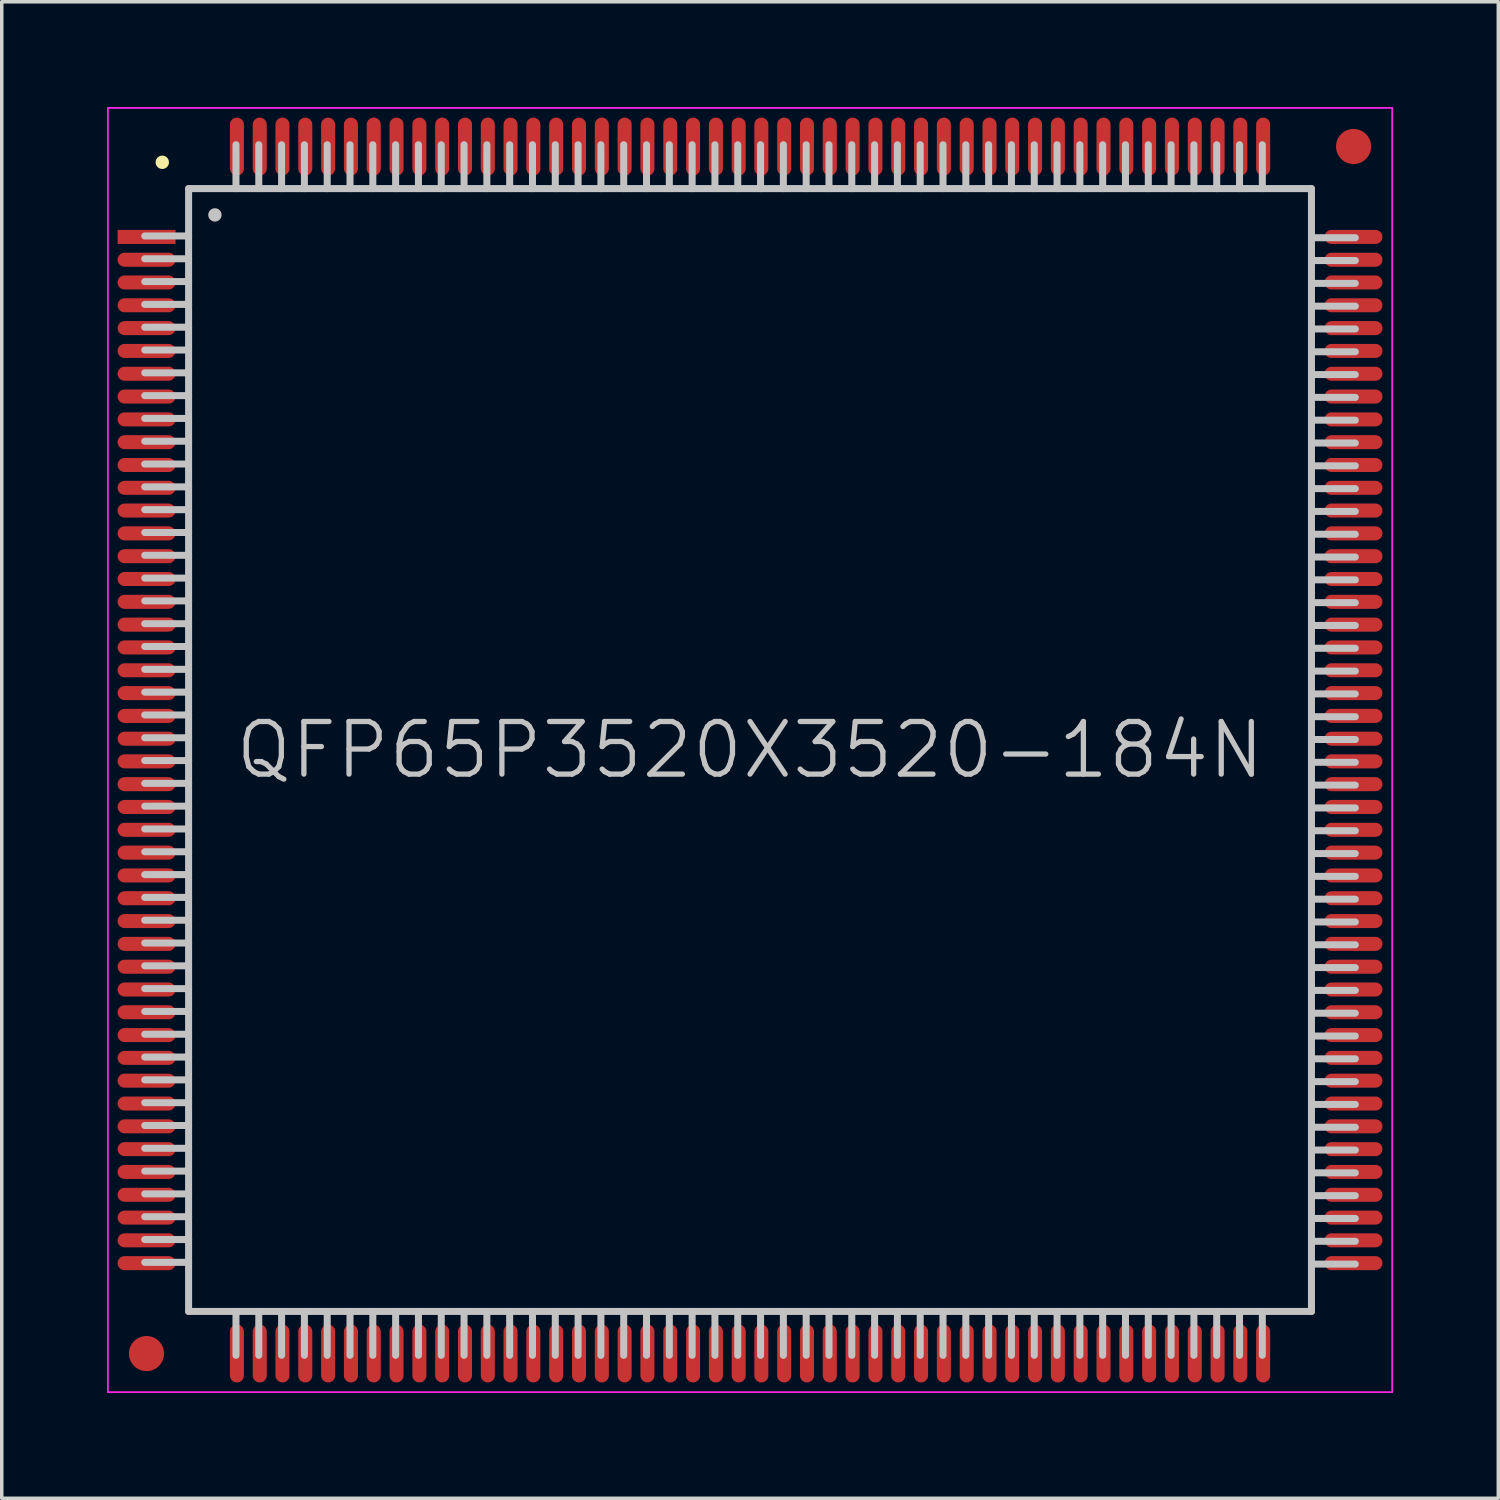
<source format=kicad_pcb>
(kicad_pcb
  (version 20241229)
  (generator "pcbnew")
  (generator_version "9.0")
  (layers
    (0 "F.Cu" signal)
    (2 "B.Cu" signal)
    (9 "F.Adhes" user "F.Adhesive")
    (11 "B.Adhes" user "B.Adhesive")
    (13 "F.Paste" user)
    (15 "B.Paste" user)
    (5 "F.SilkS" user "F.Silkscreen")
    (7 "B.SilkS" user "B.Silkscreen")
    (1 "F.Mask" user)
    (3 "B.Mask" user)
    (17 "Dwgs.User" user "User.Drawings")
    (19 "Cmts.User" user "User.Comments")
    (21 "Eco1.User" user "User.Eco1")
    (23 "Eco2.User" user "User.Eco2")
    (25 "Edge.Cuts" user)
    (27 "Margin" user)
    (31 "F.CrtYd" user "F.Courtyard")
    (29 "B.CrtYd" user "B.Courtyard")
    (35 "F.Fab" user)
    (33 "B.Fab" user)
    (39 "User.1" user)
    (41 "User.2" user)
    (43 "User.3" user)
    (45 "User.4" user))
  (footprint "QFP65P3520X3520-184N"
    (layer "F.Cu")
    (at 18.325 18.325)
    (property "Reference" "QFP65P3520X3520-184N" (at 0 0 0) (layer "Dwgs.User") (effects (font (size 1.5 1.5) (thickness 0.15))))
    (attr smd)
    (fp_line (start -16.75 -16.75) (end -16.75 -16.75) (stroke (width 0.381) (type solid)) (layer "F.SilkS"))
    (fp_line (start -16 -16) (end -16 16) (stroke (width 0.2) (type solid)) (layer "Dwgs.User"))
    (fp_line (start -16 -16) (end 16 -16) (stroke (width 0.2) (type solid)) (layer "Dwgs.User"))
    (fp_line (start -16 -14.65) (end -17.25 -14.65) (stroke (width 0.2) (type solid)) (layer "Dwgs.User"))
    (fp_line (start -16 -14) (end -17.25 -14) (stroke (width 0.2) (type solid)) (layer "Dwgs.User"))
    (fp_line (start -16 -13.35) (end -17.25 -13.35) (stroke (width 0.2) (type solid)) (layer "Dwgs.User"))
    (fp_line (start -16 -12.7) (end -17.25 -12.7) (stroke (width 0.2) (type solid)) (layer "Dwgs.User"))
    (fp_line (start -16 -12.05) (end -17.25 -12.05) (stroke (width 0.2) (type solid)) (layer "Dwgs.User"))
    (fp_line (start -16 -11.4) (end -17.25 -11.4) (stroke (width 0.2) (type solid)) (layer "Dwgs.User"))
    (fp_line (start -16 -10.75) (end -17.25 -10.75) (stroke (width 0.2) (type solid)) (layer "Dwgs.User"))
    (fp_line (start -16 -10.1) (end -17.25 -10.1) (stroke (width 0.2) (type solid)) (layer "Dwgs.User"))
    (fp_line (start -16 -9.45) (end -17.25 -9.45) (stroke (width 0.2) (type solid)) (layer "Dwgs.User"))
    (fp_line (start -16 -8.8) (end -17.25 -8.8) (stroke (width 0.2) (type solid)) (layer "Dwgs.User"))
    (fp_line (start -16 -8.15) (end -17.25 -8.15) (stroke (width 0.2) (type solid)) (layer "Dwgs.User"))
    (fp_line (start -16 -7.5) (end -17.25 -7.5) (stroke (width 0.2) (type solid)) (layer "Dwgs.User"))
    (fp_line (start -16 -6.85) (end -17.25 -6.85) (stroke (width 0.2) (type solid)) (layer "Dwgs.User"))
    (fp_line (start -16 -6.2) (end -17.25 -6.2) (stroke (width 0.2) (type solid)) (layer "Dwgs.User"))
    (fp_line (start -16 -5.55) (end -17.25 -5.55) (stroke (width 0.2) (type solid)) (layer "Dwgs.User"))
    (fp_line (start -16 -4.9) (end -17.25 -4.9) (stroke (width 0.2) (type solid)) (layer "Dwgs.User"))
    (fp_line (start -16 -4.25) (end -17.25 -4.25) (stroke (width 0.2) (type solid)) (layer "Dwgs.User"))
    (fp_line (start -16 -3.6) (end -17.25 -3.6) (stroke (width 0.2) (type solid)) (layer "Dwgs.User"))
    (fp_line (start -16 -2.95) (end -17.25 -2.95) (stroke (width 0.2) (type solid)) (layer "Dwgs.User"))
    (fp_line (start -16 -2.3) (end -17.25 -2.3) (stroke (width 0.2) (type solid)) (layer "Dwgs.User"))
    (fp_line (start -16 -1.65) (end -17.25 -1.65) (stroke (width 0.2) (type solid)) (layer "Dwgs.User"))
    (fp_line (start -16 -1) (end -17.25 -1) (stroke (width 0.2) (type solid)) (layer "Dwgs.User"))
    (fp_line (start -16 -0.35) (end -17.25 -0.35) (stroke (width 0.2) (type solid)) (layer "Dwgs.User"))
    (fp_line (start -16 0.3) (end -17.25 0.3) (stroke (width 0.2) (type solid)) (layer "Dwgs.User"))
    (fp_line (start -16 0.95) (end -17.25 0.95) (stroke (width 0.2) (type solid)) (layer "Dwgs.User"))
    (fp_line (start -16 1.6) (end -17.25 1.6) (stroke (width 0.2) (type solid)) (layer "Dwgs.User"))
    (fp_line (start -16 2.25) (end -17.25 2.25) (stroke (width 0.2) (type solid)) (layer "Dwgs.User"))
    (fp_line (start -16 2.9) (end -17.25 2.9) (stroke (width 0.2) (type solid)) (layer "Dwgs.User"))
    (fp_line (start -16 3.55) (end -17.25 3.55) (stroke (width 0.2) (type solid)) (layer "Dwgs.User"))
    (fp_line (start -16 4.2) (end -17.25 4.2) (stroke (width 0.2) (type solid)) (layer "Dwgs.User"))
    (fp_line (start -16 4.85) (end -17.25 4.85) (stroke (width 0.2) (type solid)) (layer "Dwgs.User"))
    (fp_line (start -16 5.5) (end -17.25 5.5) (stroke (width 0.2) (type solid)) (layer "Dwgs.User"))
    (fp_line (start -16 6.15) (end -17.25 6.15) (stroke (width 0.2) (type solid)) (layer "Dwgs.User"))
    (fp_line (start -16 6.8) (end -17.25 6.8) (stroke (width 0.2) (type solid)) (layer "Dwgs.User"))
    (fp_line (start -16 7.45) (end -17.25 7.45) (stroke (width 0.2) (type solid)) (layer "Dwgs.User"))
    (fp_line (start -16 8.1) (end -17.25 8.1) (stroke (width 0.2) (type solid)) (layer "Dwgs.User"))
    (fp_line (start -16 8.75) (end -17.25 8.75) (stroke (width 0.2) (type solid)) (layer "Dwgs.User"))
    (fp_line (start -16 9.4) (end -17.25 9.4) (stroke (width 0.2) (type solid)) (layer "Dwgs.User"))
    (fp_line (start -16 10.05) (end -17.25 10.05) (stroke (width 0.2) (type solid)) (layer "Dwgs.User"))
    (fp_line (start -16 10.7) (end -17.25 10.7) (stroke (width 0.2) (type solid)) (layer "Dwgs.User"))
    (fp_line (start -16 11.35) (end -17.25 11.35) (stroke (width 0.2) (type solid)) (layer "Dwgs.User"))
    (fp_line (start -16 12) (end -17.25 12) (stroke (width 0.2) (type solid)) (layer "Dwgs.User"))
    (fp_line (start -16 12.65) (end -17.25 12.65) (stroke (width 0.2) (type solid)) (layer "Dwgs.User"))
    (fp_line (start -16 13.3) (end -17.25 13.3) (stroke (width 0.2) (type solid)) (layer "Dwgs.User"))
    (fp_line (start -16 13.95) (end -17.25 13.95) (stroke (width 0.2) (type solid)) (layer "Dwgs.User"))
    (fp_line (start -16 14.6) (end -17.25 14.6) (stroke (width 0.2) (type solid)) (layer "Dwgs.User"))
    (fp_line (start -16 16) (end 16 16) (stroke (width 0.2) (type solid)) (layer "Dwgs.User"))
    (fp_line (start -15.25 -15.25) (end -15.25 -15.25) (stroke (width 0.381) (type solid)) (layer "Dwgs.User"))
    (fp_line (start -14.65 -17.25) (end -14.65 -16) (stroke (width 0.2) (type solid)) (layer "Dwgs.User"))
    (fp_line (start -14.65 16) (end -14.65 17.25) (stroke (width 0.2) (type solid)) (layer "Dwgs.User"))
    (fp_line (start -14 -17.25) (end -14 -16) (stroke (width 0.2) (type solid)) (layer "Dwgs.User"))
    (fp_line (start -14 16) (end -14 17.25) (stroke (width 0.2) (type solid)) (layer "Dwgs.User"))
    (fp_line (start -13.35 -17.25) (end -13.35 -16) (stroke (width 0.2) (type solid)) (layer "Dwgs.User"))
    (fp_line (start -13.35 16) (end -13.35 17.25) (stroke (width 0.2) (type solid)) (layer "Dwgs.User"))
    (fp_line (start -12.7 -17.25) (end -12.7 -16) (stroke (width 0.2) (type solid)) (layer "Dwgs.User"))
    (fp_line (start -12.7 16) (end -12.7 17.25) (stroke (width 0.2) (type solid)) (layer "Dwgs.User"))
    (fp_line (start -12.05 -17.25) (end -12.05 -16) (stroke (width 0.2) (type solid)) (layer "Dwgs.User"))
    (fp_line (start -12.05 16) (end -12.05 17.25) (stroke (width 0.2) (type solid)) (layer "Dwgs.User"))
    (fp_line (start -11.4 -17.25) (end -11.4 -16) (stroke (width 0.2) (type solid)) (layer "Dwgs.User"))
    (fp_line (start -11.4 16) (end -11.4 17.25) (stroke (width 0.2) (type solid)) (layer "Dwgs.User"))
    (fp_line (start -10.75 -17.25) (end -10.75 -16) (stroke (width 0.2) (type solid)) (layer "Dwgs.User"))
    (fp_line (start -10.75 16) (end -10.75 17.25) (stroke (width 0.2) (type solid)) (layer "Dwgs.User"))
    (fp_line (start -10.1 -17.25) (end -10.1 -16) (stroke (width 0.2) (type solid)) (layer "Dwgs.User"))
    (fp_line (start -10.1 16) (end -10.1 17.25) (stroke (width 0.2) (type solid)) (layer "Dwgs.User"))
    (fp_line (start -9.45 -17.25) (end -9.45 -16) (stroke (width 0.2) (type solid)) (layer "Dwgs.User"))
    (fp_line (start -9.45 16) (end -9.45 17.25) (stroke (width 0.2) (type solid)) (layer "Dwgs.User"))
    (fp_line (start -8.8 -17.25) (end -8.8 -16) (stroke (width 0.2) (type solid)) (layer "Dwgs.User"))
    (fp_line (start -8.8 16) (end -8.8 17.25) (stroke (width 0.2) (type solid)) (layer "Dwgs.User"))
    (fp_line (start -8.15 -17.25) (end -8.15 -16) (stroke (width 0.2) (type solid)) (layer "Dwgs.User"))
    (fp_line (start -8.15 16) (end -8.15 17.25) (stroke (width 0.2) (type solid)) (layer "Dwgs.User"))
    (fp_line (start -7.5 -17.25) (end -7.5 -16) (stroke (width 0.2) (type solid)) (layer "Dwgs.User"))
    (fp_line (start -7.5 16) (end -7.5 17.25) (stroke (width 0.2) (type solid)) (layer "Dwgs.User"))
    (fp_line (start -6.85 -17.25) (end -6.85 -16) (stroke (width 0.2) (type solid)) (layer "Dwgs.User"))
    (fp_line (start -6.85 16) (end -6.85 17.25) (stroke (width 0.2) (type solid)) (layer "Dwgs.User"))
    (fp_line (start -6.2 -17.25) (end -6.2 -16) (stroke (width 0.2) (type solid)) (layer "Dwgs.User"))
    (fp_line (start -6.2 16) (end -6.2 17.25) (stroke (width 0.2) (type solid)) (layer "Dwgs.User"))
    (fp_line (start -5.55 -17.25) (end -5.55 -16) (stroke (width 0.2) (type solid)) (layer "Dwgs.User"))
    (fp_line (start -5.55 16) (end -5.55 17.25) (stroke (width 0.2) (type solid)) (layer "Dwgs.User"))
    (fp_line (start -4.9 -17.25) (end -4.9 -16) (stroke (width 0.2) (type solid)) (layer "Dwgs.User"))
    (fp_line (start -4.9 16) (end -4.9 17.25) (stroke (width 0.2) (type solid)) (layer "Dwgs.User"))
    (fp_line (start -4.25 -17.25) (end -4.25 -16) (stroke (width 0.2) (type solid)) (layer "Dwgs.User"))
    (fp_line (start -4.25 16) (end -4.25 17.25) (stroke (width 0.2) (type solid)) (layer "Dwgs.User"))
    (fp_line (start -3.6 -17.25) (end -3.6 -16) (stroke (width 0.2) (type solid)) (layer "Dwgs.User"))
    (fp_line (start -3.6 16) (end -3.6 17.25) (stroke (width 0.2) (type solid)) (layer "Dwgs.User"))
    (fp_line (start -2.95 -17.25) (end -2.95 -16) (stroke (width 0.2) (type solid)) (layer "Dwgs.User"))
    (fp_line (start -2.95 16) (end -2.95 17.25) (stroke (width 0.2) (type solid)) (layer "Dwgs.User"))
    (fp_line (start -2.3 -17.25) (end -2.3 -16) (stroke (width 0.2) (type solid)) (layer "Dwgs.User"))
    (fp_line (start -2.3 16) (end -2.3 17.25) (stroke (width 0.2) (type solid)) (layer "Dwgs.User"))
    (fp_line (start -1.65 -17.25) (end -1.65 -16) (stroke (width 0.2) (type solid)) (layer "Dwgs.User"))
    (fp_line (start -1.65 16) (end -1.65 17.25) (stroke (width 0.2) (type solid)) (layer "Dwgs.User"))
    (fp_line (start -1 -17.25) (end -1 -16) (stroke (width 0.2) (type solid)) (layer "Dwgs.User"))
    (fp_line (start -1 16) (end -1 17.25) (stroke (width 0.2) (type solid)) (layer "Dwgs.User"))
    (fp_line (start -0.35 -17.25) (end -0.35 -16) (stroke (width 0.2) (type solid)) (layer "Dwgs.User"))
    (fp_line (start -0.35 16) (end -0.35 17.25) (stroke (width 0.2) (type solid)) (layer "Dwgs.User"))
    (fp_line (start 0.3 -17.25) (end 0.3 -16) (stroke (width 0.2) (type solid)) (layer "Dwgs.User"))
    (fp_line (start 0.3 16) (end 0.3 17.25) (stroke (width 0.2) (type solid)) (layer "Dwgs.User"))
    (fp_line (start 0.95 -17.25) (end 0.95 -16) (stroke (width 0.2) (type solid)) (layer "Dwgs.User"))
    (fp_line (start 0.95 16) (end 0.95 17.25) (stroke (width 0.2) (type solid)) (layer "Dwgs.User"))
    (fp_line (start 1.6 -17.25) (end 1.6 -16) (stroke (width 0.2) (type solid)) (layer "Dwgs.User"))
    (fp_line (start 1.6 16) (end 1.6 17.25) (stroke (width 0.2) (type solid)) (layer "Dwgs.User"))
    (fp_line (start 2.25 -17.25) (end 2.25 -16) (stroke (width 0.2) (type solid)) (layer "Dwgs.User"))
    (fp_line (start 2.25 16) (end 2.25 17.25) (stroke (width 0.2) (type solid)) (layer "Dwgs.User"))
    (fp_line (start 2.9 -17.25) (end 2.9 -16) (stroke (width 0.2) (type solid)) (layer "Dwgs.User"))
    (fp_line (start 2.9 16) (end 2.9 17.25) (stroke (width 0.2) (type solid)) (layer "Dwgs.User"))
    (fp_line (start 3.55 -17.25) (end 3.55 -16) (stroke (width 0.2) (type solid)) (layer "Dwgs.User"))
    (fp_line (start 3.55 16) (end 3.55 17.25) (stroke (width 0.2) (type solid)) (layer "Dwgs.User"))
    (fp_line (start 4.2 -17.25) (end 4.2 -16) (stroke (width 0.2) (type solid)) (layer "Dwgs.User"))
    (fp_line (start 4.2 16) (end 4.2 17.25) (stroke (width 0.2) (type solid)) (layer "Dwgs.User"))
    (fp_line (start 4.85 -17.25) (end 4.85 -16) (stroke (width 0.2) (type solid)) (layer "Dwgs.User"))
    (fp_line (start 4.85 16) (end 4.85 17.25) (stroke (width 0.2) (type solid)) (layer "Dwgs.User"))
    (fp_line (start 5.5 -17.25) (end 5.5 -16) (stroke (width 0.2) (type solid)) (layer "Dwgs.User"))
    (fp_line (start 5.5 16) (end 5.5 17.25) (stroke (width 0.2) (type solid)) (layer "Dwgs.User"))
    (fp_line (start 6.15 -17.25) (end 6.15 -16) (stroke (width 0.2) (type solid)) (layer "Dwgs.User"))
    (fp_line (start 6.15 16) (end 6.15 17.25) (stroke (width 0.2) (type solid)) (layer "Dwgs.User"))
    (fp_line (start 6.8 -17.25) (end 6.8 -16) (stroke (width 0.2) (type solid)) (layer "Dwgs.User"))
    (fp_line (start 6.8 16) (end 6.8 17.25) (stroke (width 0.2) (type solid)) (layer "Dwgs.User"))
    (fp_line (start 7.45 -17.25) (end 7.45 -16) (stroke (width 0.2) (type solid)) (layer "Dwgs.User"))
    (fp_line (start 7.45 16) (end 7.45 17.25) (stroke (width 0.2) (type solid)) (layer "Dwgs.User"))
    (fp_line (start 8.1 -17.25) (end 8.1 -16) (stroke (width 0.2) (type solid)) (layer "Dwgs.User"))
    (fp_line (start 8.1 16) (end 8.1 17.25) (stroke (width 0.2) (type solid)) (layer "Dwgs.User"))
    (fp_line (start 8.75 -17.25) (end 8.75 -16) (stroke (width 0.2) (type solid)) (layer "Dwgs.User"))
    (fp_line (start 8.75 16) (end 8.75 17.25) (stroke (width 0.2) (type solid)) (layer "Dwgs.User"))
    (fp_line (start 9.4 -17.25) (end 9.4 -16) (stroke (width 0.2) (type solid)) (layer "Dwgs.User"))
    (fp_line (start 9.4 16) (end 9.4 17.25) (stroke (width 0.2) (type solid)) (layer "Dwgs.User"))
    (fp_line (start 10.05 -17.25) (end 10.05 -16) (stroke (width 0.2) (type solid)) (layer "Dwgs.User"))
    (fp_line (start 10.05 16) (end 10.05 17.25) (stroke (width 0.2) (type solid)) (layer "Dwgs.User"))
    (fp_line (start 10.7 -17.25) (end 10.7 -16) (stroke (width 0.2) (type solid)) (layer "Dwgs.User"))
    (fp_line (start 10.7 16) (end 10.7 17.25) (stroke (width 0.2) (type solid)) (layer "Dwgs.User"))
    (fp_line (start 11.35 -17.25) (end 11.35 -16) (stroke (width 0.2) (type solid)) (layer "Dwgs.User"))
    (fp_line (start 11.35 16) (end 11.35 17.25) (stroke (width 0.2) (type solid)) (layer "Dwgs.User"))
    (fp_line (start 12 -17.25) (end 12 -16) (stroke (width 0.2) (type solid)) (layer "Dwgs.User"))
    (fp_line (start 12 16) (end 12 17.25) (stroke (width 0.2) (type solid)) (layer "Dwgs.User"))
    (fp_line (start 12.65 -17.25) (end 12.65 -16) (stroke (width 0.2) (type solid)) (layer "Dwgs.User"))
    (fp_line (start 12.65 16) (end 12.65 17.25) (stroke (width 0.2) (type solid)) (layer "Dwgs.User"))
    (fp_line (start 13.3 -17.25) (end 13.3 -16) (stroke (width 0.2) (type solid)) (layer "Dwgs.User"))
    (fp_line (start 13.3 16) (end 13.3 17.25) (stroke (width 0.2) (type solid)) (layer "Dwgs.User"))
    (fp_line (start 13.95 -17.25) (end 13.95 -16) (stroke (width 0.2) (type solid)) (layer "Dwgs.User"))
    (fp_line (start 13.95 16) (end 13.95 17.25) (stroke (width 0.2) (type solid)) (layer "Dwgs.User"))
    (fp_line (start 14.6 -17.25) (end 14.6 -16) (stroke (width 0.2) (type solid)) (layer "Dwgs.User"))
    (fp_line (start 14.6 16) (end 14.6 17.25) (stroke (width 0.2) (type solid)) (layer "Dwgs.User"))
    (fp_line (start 16 -16) (end 16 16) (stroke (width 0.2) (type solid)) (layer "Dwgs.User"))
    (fp_line (start 17.25 -14.6) (end 16 -14.6) (stroke (width 0.2) (type solid)) (layer "Dwgs.User"))
    (fp_line (start 17.25 -13.95) (end 16 -13.95) (stroke (width 0.2) (type solid)) (layer "Dwgs.User"))
    (fp_line (start 17.25 -13.3) (end 16 -13.3) (stroke (width 0.2) (type solid)) (layer "Dwgs.User"))
    (fp_line (start 17.25 -12.65) (end 16 -12.65) (stroke (width 0.2) (type solid)) (layer "Dwgs.User"))
    (fp_line (start 17.25 -12) (end 16 -12) (stroke (width 0.2) (type solid)) (layer "Dwgs.User"))
    (fp_line (start 17.25 -11.35) (end 16 -11.35) (stroke (width 0.2) (type solid)) (layer "Dwgs.User"))
    (fp_line (start 17.25 -10.7) (end 16 -10.7) (stroke (width 0.2) (type solid)) (layer "Dwgs.User"))
    (fp_line (start 17.25 -10.05) (end 16 -10.05) (stroke (width 0.2) (type solid)) (layer "Dwgs.User"))
    (fp_line (start 17.25 -9.4) (end 16 -9.4) (stroke (width 0.2) (type solid)) (layer "Dwgs.User"))
    (fp_line (start 17.25 -8.75) (end 16 -8.75) (stroke (width 0.2) (type solid)) (layer "Dwgs.User"))
    (fp_line (start 17.25 -8.1) (end 16 -8.1) (stroke (width 0.2) (type solid)) (layer "Dwgs.User"))
    (fp_line (start 17.25 -7.45) (end 16 -7.45) (stroke (width 0.2) (type solid)) (layer "Dwgs.User"))
    (fp_line (start 17.25 -6.8) (end 16 -6.8) (stroke (width 0.2) (type solid)) (layer "Dwgs.User"))
    (fp_line (start 17.25 -6.15) (end 16 -6.15) (stroke (width 0.2) (type solid)) (layer "Dwgs.User"))
    (fp_line (start 17.25 -5.5) (end 16 -5.5) (stroke (width 0.2) (type solid)) (layer "Dwgs.User"))
    (fp_line (start 17.25 -4.85) (end 16 -4.85) (stroke (width 0.2) (type solid)) (layer "Dwgs.User"))
    (fp_line (start 17.25 -4.2) (end 16 -4.2) (stroke (width 0.2) (type solid)) (layer "Dwgs.User"))
    (fp_line (start 17.25 -3.55) (end 16 -3.55) (stroke (width 0.2) (type solid)) (layer "Dwgs.User"))
    (fp_line (start 17.25 -2.9) (end 16 -2.9) (stroke (width 0.2) (type solid)) (layer "Dwgs.User"))
    (fp_line (start 17.25 -2.25) (end 16 -2.25) (stroke (width 0.2) (type solid)) (layer "Dwgs.User"))
    (fp_line (start 17.25 -1.6) (end 16 -1.6) (stroke (width 0.2) (type solid)) (layer "Dwgs.User"))
    (fp_line (start 17.25 -0.95) (end 16 -0.95) (stroke (width 0.2) (type solid)) (layer "Dwgs.User"))
    (fp_line (start 17.25 -0.3) (end 16 -0.3) (stroke (width 0.2) (type solid)) (layer "Dwgs.User"))
    (fp_line (start 17.25 0.35) (end 16 0.35) (stroke (width 0.2) (type solid)) (layer "Dwgs.User"))
    (fp_line (start 17.25 1) (end 16 1) (stroke (width 0.2) (type solid)) (layer "Dwgs.User"))
    (fp_line (start 17.25 1.65) (end 16 1.65) (stroke (width 0.2) (type solid)) (layer "Dwgs.User"))
    (fp_line (start 17.25 2.3) (end 16 2.3) (stroke (width 0.2) (type solid)) (layer "Dwgs.User"))
    (fp_line (start 17.25 2.95) (end 16 2.95) (stroke (width 0.2) (type solid)) (layer "Dwgs.User"))
    (fp_line (start 17.25 3.6) (end 16 3.6) (stroke (width 0.2) (type solid)) (layer "Dwgs.User"))
    (fp_line (start 17.25 4.25) (end 16 4.25) (stroke (width 0.2) (type solid)) (layer "Dwgs.User"))
    (fp_line (start 17.25 4.9) (end 16 4.9) (stroke (width 0.2) (type solid)) (layer "Dwgs.User"))
    (fp_line (start 17.25 5.55) (end 16 5.55) (stroke (width 0.2) (type solid)) (layer "Dwgs.User"))
    (fp_line (start 17.25 6.2) (end 16 6.2) (stroke (width 0.2) (type solid)) (layer "Dwgs.User"))
    (fp_line (start 17.25 6.85) (end 16 6.85) (stroke (width 0.2) (type solid)) (layer "Dwgs.User"))
    (fp_line (start 17.25 7.5) (end 16 7.5) (stroke (width 0.2) (type solid)) (layer "Dwgs.User"))
    (fp_line (start 17.25 8.15) (end 16 8.15) (stroke (width 0.2) (type solid)) (layer "Dwgs.User"))
    (fp_line (start 17.25 8.8) (end 16 8.8) (stroke (width 0.2) (type solid)) (layer "Dwgs.User"))
    (fp_line (start 17.25 9.45) (end 16 9.45) (stroke (width 0.2) (type solid)) (layer "Dwgs.User"))
    (fp_line (start 17.25 10.1) (end 16 10.1) (stroke (width 0.2) (type solid)) (layer "Dwgs.User"))
    (fp_line (start 17.25 10.75) (end 16 10.75) (stroke (width 0.2) (type solid)) (layer "Dwgs.User"))
    (fp_line (start 17.25 11.4) (end 16 11.4) (stroke (width 0.2) (type solid)) (layer "Dwgs.User"))
    (fp_line (start 17.25 12.05) (end 16 12.05) (stroke (width 0.2) (type solid)) (layer "Dwgs.User"))
    (fp_line (start 17.25 12.7) (end 16 12.7) (stroke (width 0.2) (type solid)) (layer "Dwgs.User"))
    (fp_line (start 17.25 13.35) (end 16 13.35) (stroke (width 0.2) (type solid)) (layer "Dwgs.User"))
    (fp_line (start 17.25 14) (end 16 14) (stroke (width 0.2) (type solid)) (layer "Dwgs.User"))
    (fp_line (start 17.25 14.65) (end 16 14.65) (stroke (width 0.2) (type solid)) (layer "Dwgs.User"))
    (fp_line (start -18.3 -18.3) (end -18.3 18.3) (stroke (width 0.05) (type solid)) (layer "F.CrtYd"))
    (fp_line (start -18.3 -18.3) (end 18.3 -18.3) (stroke (width 0.05) (type solid)) (layer "F.CrtYd"))
    (fp_line (start -18.3 18.3) (end 18.3 18.3) (stroke (width 0.05) (type solid)) (layer "F.CrtYd"))
    (fp_line (start 18.3 -18.3) (end 18.3 18.3) (stroke (width 0.05) (type solid)) (layer "F.CrtYd"))
    (pad "" smd circle (at -17.2 17.2) (size 1 1) (layers "F.Cu" "F.Mask"))
    (pad "" smd circle (at 17.2 -17.2) (size 1 1) (layers "F.Cu" "F.Mask"))
    (pad "1" smd rect (at -17.198 -14.623 90) (size 0.4 1.65) (layers "F.Cu" "F.Mask" "F.Paste"))
    (pad "2" smd oval (at -17.198 -13.973 90) (size 0.4 1.65) (layers "F.Cu" "F.Mask" "F.Paste"))
    (pad "3" smd oval (at -17.198 -13.325 90) (size 0.4 1.65) (layers "F.Cu" "F.Mask" "F.Paste"))
    (pad "4" smd oval (at -17.198 -12.675 90) (size 0.4 1.65) (layers "F.Cu" "F.Mask" "F.Paste"))
    (pad "5" smd oval (at -17.198 -12.024 90) (size 0.4 1.65) (layers "F.Cu" "F.Mask" "F.Paste"))
    (pad "6" smd oval (at -17.198 -11.374 90) (size 0.4 1.65) (layers "F.Cu" "F.Mask" "F.Paste"))
    (pad "7" smd oval (at -17.198 -10.724 90) (size 0.4 1.65) (layers "F.Cu" "F.Mask" "F.Paste"))
    (pad "8" smd oval (at -17.198 -10.074 90) (size 0.4 1.65) (layers "F.Cu" "F.Mask" "F.Paste"))
    (pad "9" smd oval (at -17.198 -9.423 90) (size 0.4 1.65) (layers "F.Cu" "F.Mask" "F.Paste"))
    (pad "10" smd oval (at -17.198 -8.773 90) (size 0.4 1.65) (layers "F.Cu" "F.Mask" "F.Paste"))
    (pad "11" smd oval (at -17.198 -8.123 90) (size 0.4 1.65) (layers "F.Cu" "F.Mask" "F.Paste"))
    (pad "12" smd oval (at -17.198 -7.473 90) (size 0.4 1.65) (layers "F.Cu" "F.Mask" "F.Paste"))
    (pad "13" smd oval (at -17.198 -6.825 90) (size 0.4 1.65) (layers "F.Cu" "F.Mask" "F.Paste"))
    (pad "14" smd oval (at -17.198 -6.175 90) (size 0.4 1.65) (layers "F.Cu" "F.Mask" "F.Paste"))
    (pad "15" smd oval (at -17.198 -5.524 90) (size 0.4 1.65) (layers "F.Cu" "F.Mask" "F.Paste"))
    (pad "16" smd oval (at -17.198 -4.874 90) (size 0.4 1.65) (layers "F.Cu" "F.Mask" "F.Paste"))
    (pad "17" smd oval (at -17.198 -4.224 90) (size 0.4 1.65) (layers "F.Cu" "F.Mask" "F.Paste"))
    (pad "18" smd oval (at -17.198 -3.574 90) (size 0.4 1.65) (layers "F.Cu" "F.Mask" "F.Paste"))
    (pad "19" smd oval (at -17.198 -2.924 90) (size 0.4 1.65) (layers "F.Cu" "F.Mask" "F.Paste"))
    (pad "20" smd oval (at -17.198 -2.273 90) (size 0.4 1.65) (layers "F.Cu" "F.Mask" "F.Paste"))
    (pad "21" smd oval (at -17.198 -1.623 90) (size 0.4 1.65) (layers "F.Cu" "F.Mask" "F.Paste"))
    (pad "22" smd oval (at -17.198 -0.973 90) (size 0.4 1.65) (layers "F.Cu" "F.Mask" "F.Paste"))
    (pad "23" smd oval (at -17.198 -0.323 90) (size 0.4 1.65) (layers "F.Cu" "F.Mask" "F.Paste"))
    (pad "24" smd oval (at -17.198 0.323 90) (size 0.4 1.65) (layers "F.Cu" "F.Mask" "F.Paste"))
    (pad "25" smd oval (at -17.198 0.973 90) (size 0.4 1.65) (layers "F.Cu" "F.Mask" "F.Paste"))
    (pad "26" smd oval (at -17.198 1.623 90) (size 0.4 1.65) (layers "F.Cu" "F.Mask" "F.Paste"))
    (pad "27" smd oval (at -17.198 2.273 90) (size 0.4 1.65) (layers "F.Cu" "F.Mask" "F.Paste"))
    (pad "28" smd oval (at -17.198 2.924 90) (size 0.4 1.65) (layers "F.Cu" "F.Mask" "F.Paste"))
    (pad "29" smd oval (at -17.198 3.574 90) (size 0.4 1.65) (layers "F.Cu" "F.Mask" "F.Paste"))
    (pad "30" smd oval (at -17.198 4.224 90) (size 0.4 1.65) (layers "F.Cu" "F.Mask" "F.Paste"))
    (pad "31" smd oval (at -17.198 4.874 90) (size 0.4 1.65) (layers "F.Cu" "F.Mask" "F.Paste"))
    (pad "32" smd oval (at -17.198 5.524 90) (size 0.4 1.65) (layers "F.Cu" "F.Mask" "F.Paste"))
    (pad "33" smd oval (at -17.198 6.175 90) (size 0.4 1.65) (layers "F.Cu" "F.Mask" "F.Paste"))
    (pad "34" smd oval (at -17.198 6.825 90) (size 0.4 1.65) (layers "F.Cu" "F.Mask" "F.Paste"))
    (pad "35" smd oval (at -17.198 7.473 90) (size 0.4 1.65) (layers "F.Cu" "F.Mask" "F.Paste"))
    (pad "36" smd oval (at -17.198 8.123 90) (size 0.4 1.65) (layers "F.Cu" "F.Mask" "F.Paste"))
    (pad "37" smd oval (at -17.198 8.773 90) (size 0.4 1.65) (layers "F.Cu" "F.Mask" "F.Paste"))
    (pad "38" smd oval (at -17.198 9.423 90) (size 0.4 1.65) (layers "F.Cu" "F.Mask" "F.Paste"))
    (pad "39" smd oval (at -17.198 10.074 90) (size 0.4 1.65) (layers "F.Cu" "F.Mask" "F.Paste"))
    (pad "40" smd oval (at -17.198 10.724 90) (size 0.4 1.65) (layers "F.Cu" "F.Mask" "F.Paste"))
    (pad "41" smd oval (at -17.198 11.374 90) (size 0.4 1.65) (layers "F.Cu" "F.Mask" "F.Paste"))
    (pad "42" smd oval (at -17.198 12.024 90) (size 0.4 1.65) (layers "F.Cu" "F.Mask" "F.Paste"))
    (pad "43" smd oval (at -17.198 12.675 90) (size 0.4 1.65) (layers "F.Cu" "F.Mask" "F.Paste"))
    (pad "44" smd oval (at -17.198 13.325 90) (size 0.4 1.65) (layers "F.Cu" "F.Mask" "F.Paste"))
    (pad "45" smd oval (at -17.198 13.973 90) (size 0.4 1.65) (layers "F.Cu" "F.Mask" "F.Paste"))
    (pad "46" smd oval (at -17.198 14.623 90) (size 0.4 1.65) (layers "F.Cu" "F.Mask" "F.Paste"))
    (pad "47" smd oval (at -14.623 17.198 180) (size 0.4 1.65) (layers "F.Cu" "F.Mask" "F.Paste"))
    (pad "48" smd oval (at -13.973 17.198 180) (size 0.4 1.65) (layers "F.Cu" "F.Mask" "F.Paste"))
    (pad "49" smd oval (at -13.325 17.198 180) (size 0.4 1.65) (layers "F.Cu" "F.Mask" "F.Paste"))
    (pad "50" smd oval (at -12.675 17.198 180) (size 0.4 1.65) (layers "F.Cu" "F.Mask" "F.Paste"))
    (pad "51" smd oval (at -12.024 17.198 180) (size 0.4 1.65) (layers "F.Cu" "F.Mask" "F.Paste"))
    (pad "52" smd oval (at -11.374 17.198 180) (size 0.4 1.65) (layers "F.Cu" "F.Mask" "F.Paste"))
    (pad "53" smd oval (at -10.724 17.198 180) (size 0.4 1.65) (layers "F.Cu" "F.Mask" "F.Paste"))
    (pad "54" smd oval (at -10.074 17.198 180) (size 0.4 1.65) (layers "F.Cu" "F.Mask" "F.Paste"))
    (pad "55" smd oval (at -9.423 17.198 180) (size 0.4 1.65) (layers "F.Cu" "F.Mask" "F.Paste"))
    (pad "56" smd oval (at -8.773 17.198 180) (size 0.4 1.65) (layers "F.Cu" "F.Mask" "F.Paste"))
    (pad "57" smd oval (at -8.123 17.198 180) (size 0.4 1.65) (layers "F.Cu" "F.Mask" "F.Paste"))
    (pad "58" smd oval (at -7.473 17.198 180) (size 0.4 1.65) (layers "F.Cu" "F.Mask" "F.Paste"))
    (pad "59" smd oval (at -6.825 17.198 180) (size 0.4 1.65) (layers "F.Cu" "F.Mask" "F.Paste"))
    (pad "60" smd oval (at -6.175 17.198 180) (size 0.4 1.65) (layers "F.Cu" "F.Mask" "F.Paste"))
    (pad "61" smd oval (at -5.524 17.198 180) (size 0.4 1.65) (layers "F.Cu" "F.Mask" "F.Paste"))
    (pad "62" smd oval (at -4.874 17.198 180) (size 0.4 1.65) (layers "F.Cu" "F.Mask" "F.Paste"))
    (pad "63" smd oval (at -4.224 17.198 180) (size 0.4 1.65) (layers "F.Cu" "F.Mask" "F.Paste"))
    (pad "64" smd oval (at -3.574 17.198 180) (size 0.4 1.65) (layers "F.Cu" "F.Mask" "F.Paste"))
    (pad "65" smd oval (at -2.924 17.198 180) (size 0.4 1.65) (layers "F.Cu" "F.Mask" "F.Paste"))
    (pad "66" smd oval (at -2.273 17.198 180) (size 0.4 1.65) (layers "F.Cu" "F.Mask" "F.Paste"))
    (pad "67" smd oval (at -1.623 17.198 180) (size 0.4 1.65) (layers "F.Cu" "F.Mask" "F.Paste"))
    (pad "68" smd oval (at -0.973 17.198 180) (size 0.4 1.65) (layers "F.Cu" "F.Mask" "F.Paste"))
    (pad "69" smd oval (at -0.323 17.198 180) (size 0.4 1.65) (layers "F.Cu" "F.Mask" "F.Paste"))
    (pad "70" smd oval (at 0.323 17.198 180) (size 0.4 1.65) (layers "F.Cu" "F.Mask" "F.Paste"))
    (pad "71" smd oval (at 0.973 17.198 180) (size 0.4 1.65) (layers "F.Cu" "F.Mask" "F.Paste"))
    (pad "72" smd oval (at 1.623 17.198 180) (size 0.4 1.65) (layers "F.Cu" "F.Mask" "F.Paste"))
    (pad "73" smd oval (at 2.273 17.198 180) (size 0.4 1.65) (layers "F.Cu" "F.Mask" "F.Paste"))
    (pad "74" smd oval (at 2.924 17.198 180) (size 0.4 1.65) (layers "F.Cu" "F.Mask" "F.Paste"))
    (pad "75" smd oval (at 3.574 17.198 180) (size 0.4 1.65) (layers "F.Cu" "F.Mask" "F.Paste"))
    (pad "76" smd oval (at 4.224 17.198 180) (size 0.4 1.65) (layers "F.Cu" "F.Mask" "F.Paste"))
    (pad "77" smd oval (at 4.874 17.198 180) (size 0.4 1.65) (layers "F.Cu" "F.Mask" "F.Paste"))
    (pad "78" smd oval (at 5.524 17.198 180) (size 0.4 1.65) (layers "F.Cu" "F.Mask" "F.Paste"))
    (pad "79" smd oval (at 6.175 17.198 180) (size 0.4 1.65) (layers "F.Cu" "F.Mask" "F.Paste"))
    (pad "80" smd oval (at 6.825 17.198 180) (size 0.4 1.65) (layers "F.Cu" "F.Mask" "F.Paste"))
    (pad "81" smd oval (at 7.473 17.198 180) (size 0.4 1.65) (layers "F.Cu" "F.Mask" "F.Paste"))
    (pad "82" smd oval (at 8.123 17.198 180) (size 0.4 1.65) (layers "F.Cu" "F.Mask" "F.Paste"))
    (pad "83" smd oval (at 8.773 17.198 180) (size 0.4 1.65) (layers "F.Cu" "F.Mask" "F.Paste"))
    (pad "84" smd oval (at 9.423 17.198 180) (size 0.4 1.65) (layers "F.Cu" "F.Mask" "F.Paste"))
    (pad "85" smd oval (at 10.074 17.198 180) (size 0.4 1.65) (layers "F.Cu" "F.Mask" "F.Paste"))
    (pad "86" smd oval (at 10.724 17.198 180) (size 0.4 1.65) (layers "F.Cu" "F.Mask" "F.Paste"))
    (pad "87" smd oval (at 11.374 17.198 180) (size 0.4 1.65) (layers "F.Cu" "F.Mask" "F.Paste"))
    (pad "88" smd oval (at 12.024 17.198 180) (size 0.4 1.65) (layers "F.Cu" "F.Mask" "F.Paste"))
    (pad "89" smd oval (at 12.675 17.198 180) (size 0.4 1.65) (layers "F.Cu" "F.Mask" "F.Paste"))
    (pad "90" smd oval (at 13.325 17.198 180) (size 0.4 1.65) (layers "F.Cu" "F.Mask" "F.Paste"))
    (pad "91" smd oval (at 13.973 17.198 180) (size 0.4 1.65) (layers "F.Cu" "F.Mask" "F.Paste"))
    (pad "92" smd oval (at 14.623 17.198 180) (size 0.4 1.65) (layers "F.Cu" "F.Mask" "F.Paste"))
    (pad "93" smd oval (at 17.198 14.623 270) (size 0.4 1.65) (layers "F.Cu" "F.Mask" "F.Paste"))
    (pad "94" smd oval (at 17.198 13.973 270) (size 0.4 1.65) (layers "F.Cu" "F.Mask" "F.Paste"))
    (pad "95" smd oval (at 17.198 13.325 270) (size 0.4 1.65) (layers "F.Cu" "F.Mask" "F.Paste"))
    (pad "96" smd oval (at 17.198 12.675 270) (size 0.4 1.65) (layers "F.Cu" "F.Mask" "F.Paste"))
    (pad "97" smd oval (at 17.198 12.024 270) (size 0.4 1.65) (layers "F.Cu" "F.Mask" "F.Paste"))
    (pad "98" smd oval (at 17.198 11.374 270) (size 0.4 1.65) (layers "F.Cu" "F.Mask" "F.Paste"))
    (pad "99" smd oval (at 17.198 10.724 270) (size 0.4 1.65) (layers "F.Cu" "F.Mask" "F.Paste"))
    (pad "100" smd oval (at 17.198 10.074 270) (size 0.4 1.65) (layers "F.Cu" "F.Mask" "F.Paste"))
    (pad "101" smd oval (at 17.198 9.423 270) (size 0.4 1.65) (layers "F.Cu" "F.Mask" "F.Paste"))
    (pad "102" smd oval (at 17.198 8.773 270) (size 0.4 1.65) (layers "F.Cu" "F.Mask" "F.Paste"))
    (pad "103" smd oval (at 17.198 8.123 270) (size 0.4 1.65) (layers "F.Cu" "F.Mask" "F.Paste"))
    (pad "104" smd oval (at 17.198 7.473 270) (size 0.4 1.65) (layers "F.Cu" "F.Mask" "F.Paste"))
    (pad "105" smd oval (at 17.198 6.825 270) (size 0.4 1.65) (layers "F.Cu" "F.Mask" "F.Paste"))
    (pad "106" smd oval (at 17.198 6.175 270) (size 0.4 1.65) (layers "F.Cu" "F.Mask" "F.Paste"))
    (pad "107" smd oval (at 17.198 5.524 270) (size 0.4 1.65) (layers "F.Cu" "F.Mask" "F.Paste"))
    (pad "108" smd oval (at 17.198 4.874 270) (size 0.4 1.65) (layers "F.Cu" "F.Mask" "F.Paste"))
    (pad "109" smd oval (at 17.198 4.224 270) (size 0.4 1.65) (layers "F.Cu" "F.Mask" "F.Paste"))
    (pad "110" smd oval (at 17.198 3.574 270) (size 0.4 1.65) (layers "F.Cu" "F.Mask" "F.Paste"))
    (pad "111" smd oval (at 17.198 2.924 270) (size 0.4 1.65) (layers "F.Cu" "F.Mask" "F.Paste"))
    (pad "112" smd oval (at 17.198 2.273 270) (size 0.4 1.65) (layers "F.Cu" "F.Mask" "F.Paste"))
    (pad "113" smd oval (at 17.198 1.623 270) (size 0.4 1.65) (layers "F.Cu" "F.Mask" "F.Paste"))
    (pad "114" smd oval (at 17.198 0.973 270) (size 0.4 1.65) (layers "F.Cu" "F.Mask" "F.Paste"))
    (pad "115" smd oval (at 17.198 0.323 270) (size 0.4 1.65) (layers "F.Cu" "F.Mask" "F.Paste"))
    (pad "116" smd oval (at 17.198 -0.323 270) (size 0.4 1.65) (layers "F.Cu" "F.Mask" "F.Paste"))
    (pad "117" smd oval (at 17.198 -0.973 270) (size 0.4 1.65) (layers "F.Cu" "F.Mask" "F.Paste"))
    (pad "118" smd oval (at 17.198 -1.623 270) (size 0.4 1.65) (layers "F.Cu" "F.Mask" "F.Paste"))
    (pad "119" smd oval (at 17.198 -2.273 270) (size 0.4 1.65) (layers "F.Cu" "F.Mask" "F.Paste"))
    (pad "120" smd oval (at 17.198 -2.924 270) (size 0.4 1.65) (layers "F.Cu" "F.Mask" "F.Paste"))
    (pad "121" smd oval (at 17.198 -3.574 270) (size 0.4 1.65) (layers "F.Cu" "F.Mask" "F.Paste"))
    (pad "122" smd oval (at 17.198 -4.224 270) (size 0.4 1.65) (layers "F.Cu" "F.Mask" "F.Paste"))
    (pad "123" smd oval (at 17.198 -4.874 270) (size 0.4 1.65) (layers "F.Cu" "F.Mask" "F.Paste"))
    (pad "124" smd oval (at 17.198 -5.524 270) (size 0.4 1.65) (layers "F.Cu" "F.Mask" "F.Paste"))
    (pad "125" smd oval (at 17.198 -6.175 270) (size 0.4 1.65) (layers "F.Cu" "F.Mask" "F.Paste"))
    (pad "126" smd oval (at 17.198 -6.825 270) (size 0.4 1.65) (layers "F.Cu" "F.Mask" "F.Paste"))
    (pad "127" smd oval (at 17.198 -7.473 270) (size 0.4 1.65) (layers "F.Cu" "F.Mask" "F.Paste"))
    (pad "128" smd oval (at 17.198 -8.123 270) (size 0.4 1.65) (layers "F.Cu" "F.Mask" "F.Paste"))
    (pad "129" smd oval (at 17.198 -8.773 270) (size 0.4 1.65) (layers "F.Cu" "F.Mask" "F.Paste"))
    (pad "130" smd oval (at 17.198 -9.423 270) (size 0.4 1.65) (layers "F.Cu" "F.Mask" "F.Paste"))
    (pad "131" smd oval (at 17.198 -10.074 270) (size 0.4 1.65) (layers "F.Cu" "F.Mask" "F.Paste"))
    (pad "132" smd oval (at 17.198 -10.724 270) (size 0.4 1.65) (layers "F.Cu" "F.Mask" "F.Paste"))
    (pad "133" smd oval (at 17.198 -11.374 270) (size 0.4 1.65) (layers "F.Cu" "F.Mask" "F.Paste"))
    (pad "134" smd oval (at 17.198 -12.024 270) (size 0.4 1.65) (layers "F.Cu" "F.Mask" "F.Paste"))
    (pad "135" smd oval (at 17.198 -12.675 270) (size 0.4 1.65) (layers "F.Cu" "F.Mask" "F.Paste"))
    (pad "136" smd oval (at 17.198 -13.325 270) (size 0.4 1.65) (layers "F.Cu" "F.Mask" "F.Paste"))
    (pad "137" smd oval (at 17.198 -13.973 270) (size 0.4 1.65) (layers "F.Cu" "F.Mask" "F.Paste"))
    (pad "138" smd oval (at 17.198 -14.623 270) (size 0.4 1.65) (layers "F.Cu" "F.Mask" "F.Paste"))
    (pad "139" smd oval (at 14.623 -17.198) (size 0.4 1.65) (layers "F.Cu" "F.Mask" "F.Paste"))
    (pad "140" smd oval (at 13.973 -17.198) (size 0.4 1.65) (layers "F.Cu" "F.Mask" "F.Paste"))
    (pad "141" smd oval (at 13.325 -17.198) (size 0.4 1.65) (layers "F.Cu" "F.Mask" "F.Paste"))
    (pad "142" smd oval (at 12.675 -17.198) (size 0.4 1.65) (layers "F.Cu" "F.Mask" "F.Paste"))
    (pad "143" smd oval (at 12.024 -17.198) (size 0.4 1.65) (layers "F.Cu" "F.Mask" "F.Paste"))
    (pad "144" smd oval (at 11.374 -17.198) (size 0.4 1.65) (layers "F.Cu" "F.Mask" "F.Paste"))
    (pad "145" smd oval (at 10.724 -17.198) (size 0.4 1.65) (layers "F.Cu" "F.Mask" "F.Paste"))
    (pad "146" smd oval (at 10.074 -17.198) (size 0.4 1.65) (layers "F.Cu" "F.Mask" "F.Paste"))
    (pad "147" smd oval (at 9.423 -17.198) (size 0.4 1.65) (layers "F.Cu" "F.Mask" "F.Paste"))
    (pad "148" smd oval (at 8.773 -17.198) (size 0.4 1.65) (layers "F.Cu" "F.Mask" "F.Paste"))
    (pad "149" smd oval (at 8.123 -17.198) (size 0.4 1.65) (layers "F.Cu" "F.Mask" "F.Paste"))
    (pad "150" smd oval (at 7.473 -17.198) (size 0.4 1.65) (layers "F.Cu" "F.Mask" "F.Paste"))
    (pad "151" smd oval (at 6.825 -17.198) (size 0.4 1.65) (layers "F.Cu" "F.Mask" "F.Paste"))
    (pad "152" smd oval (at 6.175 -17.198) (size 0.4 1.65) (layers "F.Cu" "F.Mask" "F.Paste"))
    (pad "153" smd oval (at 5.524 -17.198) (size 0.4 1.65) (layers "F.Cu" "F.Mask" "F.Paste"))
    (pad "154" smd oval (at 4.874 -17.198) (size 0.4 1.65) (layers "F.Cu" "F.Mask" "F.Paste"))
    (pad "155" smd oval (at 4.224 -17.198) (size 0.4 1.65) (layers "F.Cu" "F.Mask" "F.Paste"))
    (pad "156" smd oval (at 3.574 -17.198) (size 0.4 1.65) (layers "F.Cu" "F.Mask" "F.Paste"))
    (pad "157" smd oval (at 2.924 -17.198) (size 0.4 1.65) (layers "F.Cu" "F.Mask" "F.Paste"))
    (pad "158" smd oval (at 2.273 -17.198) (size 0.4 1.65) (layers "F.Cu" "F.Mask" "F.Paste"))
    (pad "159" smd oval (at 1.623 -17.198) (size 0.4 1.65) (layers "F.Cu" "F.Mask" "F.Paste"))
    (pad "160" smd oval (at 0.973 -17.198) (size 0.4 1.65) (layers "F.Cu" "F.Mask" "F.Paste"))
    (pad "161" smd oval (at 0.323 -17.198) (size 0.4 1.65) (layers "F.Cu" "F.Mask" "F.Paste"))
    (pad "162" smd oval (at -0.323 -17.198) (size 0.4 1.65) (layers "F.Cu" "F.Mask" "F.Paste"))
    (pad "163" smd oval (at -0.973 -17.198) (size 0.4 1.65) (layers "F.Cu" "F.Mask" "F.Paste"))
    (pad "164" smd oval (at -1.623 -17.198) (size 0.4 1.65) (layers "F.Cu" "F.Mask" "F.Paste"))
    (pad "165" smd oval (at -2.273 -17.198) (size 0.4 1.65) (layers "F.Cu" "F.Mask" "F.Paste"))
    (pad "166" smd oval (at -2.924 -17.198) (size 0.4 1.65) (layers "F.Cu" "F.Mask" "F.Paste"))
    (pad "167" smd oval (at -3.574 -17.198) (size 0.4 1.65) (layers "F.Cu" "F.Mask" "F.Paste"))
    (pad "168" smd oval (at -4.224 -17.198) (size 0.4 1.65) (layers "F.Cu" "F.Mask" "F.Paste"))
    (pad "169" smd oval (at -4.874 -17.198) (size 0.4 1.65) (layers "F.Cu" "F.Mask" "F.Paste"))
    (pad "170" smd oval (at -5.524 -17.198) (size 0.4 1.65) (layers "F.Cu" "F.Mask" "F.Paste"))
    (pad "171" smd oval (at -6.175 -17.198) (size 0.4 1.65) (layers "F.Cu" "F.Mask" "F.Paste"))
    (pad "172" smd oval (at -6.825 -17.198) (size 0.4 1.65) (layers "F.Cu" "F.Mask" "F.Paste"))
    (pad "173" smd oval (at -7.473 -17.198) (size 0.4 1.65) (layers "F.Cu" "F.Mask" "F.Paste"))
    (pad "174" smd oval (at -8.123 -17.198) (size 0.4 1.65) (layers "F.Cu" "F.Mask" "F.Paste"))
    (pad "175" smd oval (at -8.773 -17.198) (size 0.4 1.65) (layers "F.Cu" "F.Mask" "F.Paste"))
    (pad "176" smd oval (at -9.423 -17.198) (size 0.4 1.65) (layers "F.Cu" "F.Mask" "F.Paste"))
    (pad "177" smd oval (at -10.074 -17.198) (size 0.4 1.65) (layers "F.Cu" "F.Mask" "F.Paste"))
    (pad "178" smd oval (at -10.724 -17.198) (size 0.4 1.65) (layers "F.Cu" "F.Mask" "F.Paste"))
    (pad "179" smd oval (at -11.374 -17.198) (size 0.4 1.65) (layers "F.Cu" "F.Mask" "F.Paste"))
    (pad "180" smd oval (at -12.024 -17.198) (size 0.4 1.65) (layers "F.Cu" "F.Mask" "F.Paste"))
    (pad "181" smd oval (at -12.675 -17.198) (size 0.4 1.65) (layers "F.Cu" "F.Mask" "F.Paste"))
    (pad "182" smd oval (at -13.325 -17.198) (size 0.4 1.65) (layers "F.Cu" "F.Mask" "F.Paste"))
    (pad "183" smd oval (at -13.973 -17.198) (size 0.4 1.65) (layers "F.Cu" "F.Mask" "F.Paste"))
    (pad "184" smd oval (at -14.623 -17.198) (size 0.4 1.65) (layers "F.Cu" "F.Mask" "F.Paste")))
  (gr_rect
    (start -3 -3)
    (end 39.65 39.65)
    (stroke (width 0.1) (type default))
    (fill no)
    (layer "Edge.Cuts")))
</source>
